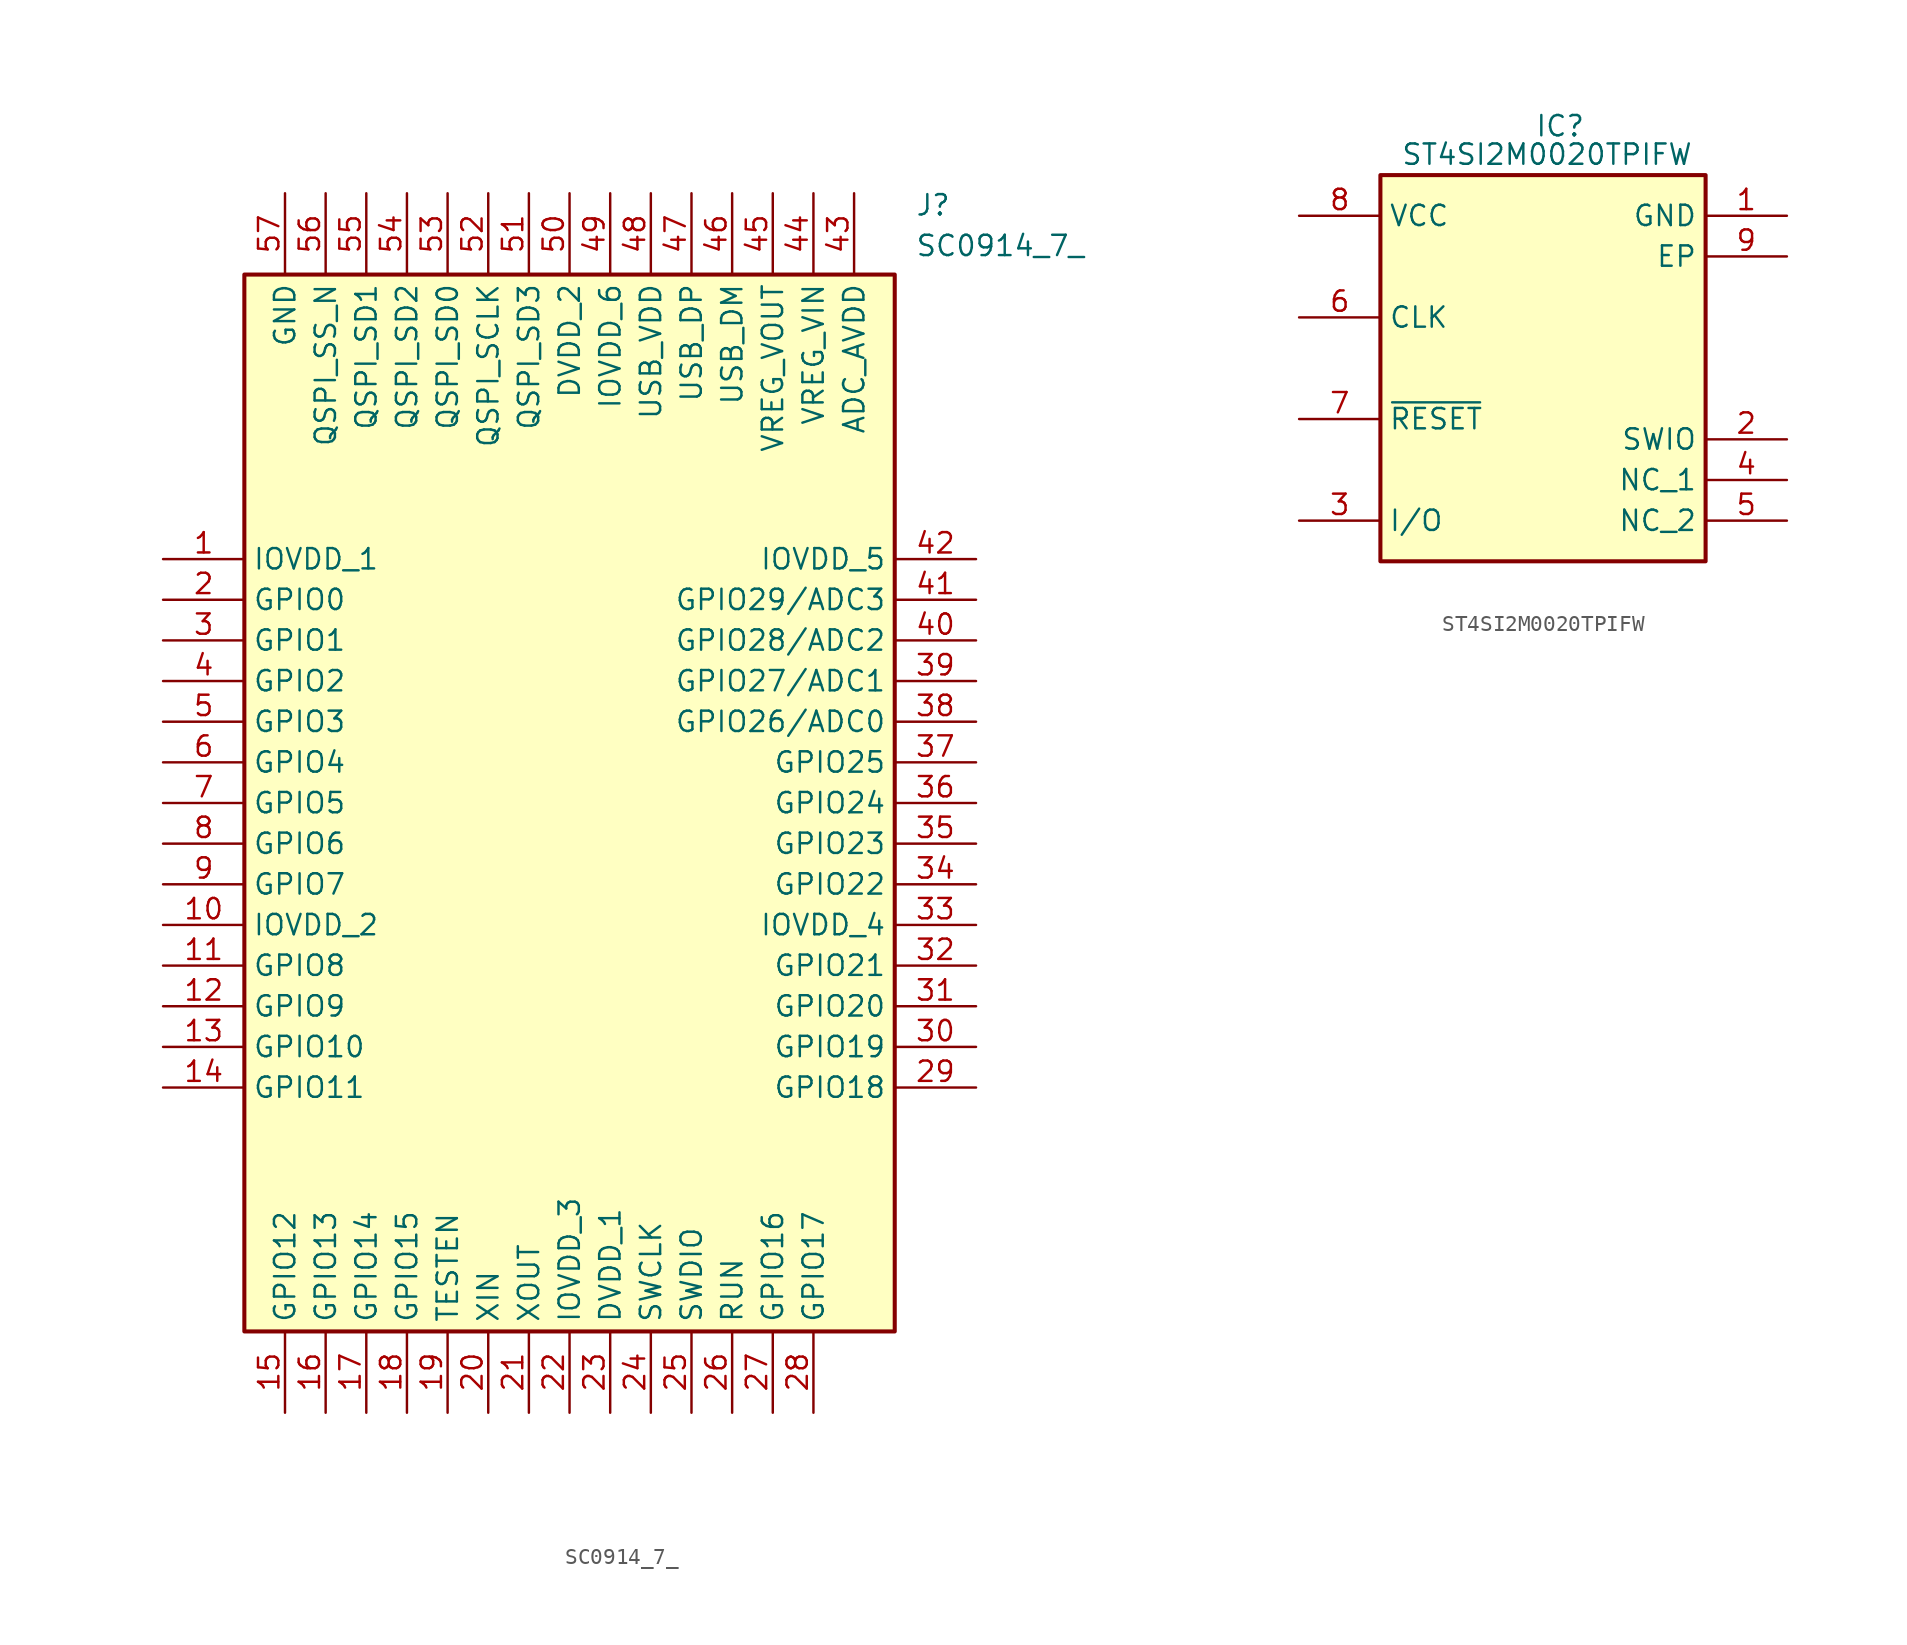
<source format=kicad_sym>
(kicad_symbol_lib
  (version 20241209)
  (generator "kicad_symbol_editor")
  (generator_version "9.0")
  (symbol "SC0914_7_"
    (property "Reference" "J"
      (at 46.99 22.86 0)
      (effects (font (size 1.27 1.27)) (justify left top)))
    (property "Value" "SC0914_7_"
      (at 46.99 20.32 0)
      (effects (font (size 1.27 1.27)) (justify left top)))
    (symbol "SC0914_7__1_1"
      (rectangle (start 5.08 17.78) (end 45.72 -48.26) (stroke (width 0.254) (type default)) (fill (type background)))
      (pin passive line (at 0 0 0) (length 5.08) (name "IOVDD_1" (effects (font (size 1.27 1.27)))) (number "1" (effects (font (size 1.27 1.27)))))
      (pin passive line (at 0 -2.54 0) (length 5.08) (name "GPIO0" (effects (font (size 1.27 1.27)))) (number "2" (effects (font (size 1.27 1.27)))))
      (pin passive line (at 0 -5.08 0) (length 5.08) (name "GPIO1" (effects (font (size 1.27 1.27)))) (number "3" (effects (font (size 1.27 1.27)))))
      (pin passive line (at 0 -7.62 0) (length 5.08) (name "GPIO2" (effects (font (size 1.27 1.27)))) (number "4" (effects (font (size 1.27 1.27)))))
      (pin passive line (at 0 -10.16 0) (length 5.08) (name "GPIO3" (effects (font (size 1.27 1.27)))) (number "5" (effects (font (size 1.27 1.27)))))
      (pin passive line (at 0 -12.7 0) (length 5.08) (name "GPIO4" (effects (font (size 1.27 1.27)))) (number "6" (effects (font (size 1.27 1.27)))))
      (pin passive line (at 0 -15.24 0) (length 5.08) (name "GPIO5" (effects (font (size 1.27 1.27)))) (number "7" (effects (font (size 1.27 1.27)))))
      (pin passive line (at 0 -17.78 0) (length 5.08) (name "GPIO6" (effects (font (size 1.27 1.27)))) (number "8" (effects (font (size 1.27 1.27)))))
      (pin passive line (at 0 -20.32 0) (length 5.08) (name "GPIO7" (effects (font (size 1.27 1.27)))) (number "9" (effects (font (size 1.27 1.27)))))
      (pin passive line (at 0 -22.86 0) (length 5.08) (name "IOVDD_2" (effects (font (size 1.27 1.27)))) (number "10" (effects (font (size 1.27 1.27)))))
      (pin passive line (at 0 -25.4 0) (length 5.08) (name "GPIO8" (effects (font (size 1.27 1.27)))) (number "11" (effects (font (size 1.27 1.27)))))
      (pin passive line (at 0 -27.94 0) (length 5.08) (name "GPIO9" (effects (font (size 1.27 1.27)))) (number "12" (effects (font (size 1.27 1.27)))))
      (pin passive line (at 0 -30.48 0) (length 5.08) (name "GPIO10" (effects (font (size 1.27 1.27)))) (number "13" (effects (font (size 1.27 1.27)))))
      (pin passive line (at 0 -33.02 0) (length 5.08) (name "GPIO11" (effects (font (size 1.27 1.27)))) (number "14" (effects (font (size 1.27 1.27)))))
      (pin passive line (at 7.62 22.86 270) (length 5.08) (name "GND" (effects (font (size 1.27 1.27)))) (number "57" (effects (font (size 1.27 1.27)))))
      (pin passive line (at 7.62 -53.34 90) (length 5.08) (name "GPIO12" (effects (font (size 1.27 1.27)))) (number "15" (effects (font (size 1.27 1.27)))))
      (pin passive line (at 10.16 22.86 270) (length 5.08) (name "QSPI_SS_N" (effects (font (size 1.27 1.27)))) (number "56" (effects (font (size 1.27 1.27)))))
      (pin passive line (at 10.16 -53.34 90) (length 5.08) (name "GPIO13" (effects (font (size 1.27 1.27)))) (number "16" (effects (font (size 1.27 1.27)))))
      (pin passive line (at 12.7 22.86 270) (length 5.08) (name "QSPI_SD1" (effects (font (size 1.27 1.27)))) (number "55" (effects (font (size 1.27 1.27)))))
      (pin passive line (at 12.7 -53.34 90) (length 5.08) (name "GPIO14" (effects (font (size 1.27 1.27)))) (number "17" (effects (font (size 1.27 1.27)))))
      (pin passive line (at 15.24 22.86 270) (length 5.08) (name "QSPI_SD2" (effects (font (size 1.27 1.27)))) (number "54" (effects (font (size 1.27 1.27)))))
      (pin passive line (at 15.24 -53.34 90) (length 5.08) (name "GPIO15" (effects (font (size 1.27 1.27)))) (number "18" (effects (font (size 1.27 1.27)))))
      (pin passive line (at 17.78 22.86 270) (length 5.08) (name "QSPI_SD0" (effects (font (size 1.27 1.27)))) (number "53" (effects (font (size 1.27 1.27)))))
      (pin passive line (at 17.78 -53.34 90) (length 5.08) (name "TESTEN" (effects (font (size 1.27 1.27)))) (number "19" (effects (font (size 1.27 1.27)))))
      (pin passive line (at 20.32 22.86 270) (length 5.08) (name "QSPI_SCLK" (effects (font (size 1.27 1.27)))) (number "52" (effects (font (size 1.27 1.27)))))
      (pin passive line (at 20.32 -53.34 90) (length 5.08) (name "XIN" (effects (font (size 1.27 1.27)))) (number "20" (effects (font (size 1.27 1.27)))))
      (pin passive line (at 22.86 22.86 270) (length 5.08) (name "QSPI_SD3" (effects (font (size 1.27 1.27)))) (number "51" (effects (font (size 1.27 1.27)))))
      (pin passive line (at 22.86 -53.34 90) (length 5.08) (name "XOUT" (effects (font (size 1.27 1.27)))) (number "21" (effects (font (size 1.27 1.27)))))
      (pin passive line (at 25.4 22.86 270) (length 5.08) (name "DVDD_2" (effects (font (size 1.27 1.27)))) (number "50" (effects (font (size 1.27 1.27)))))
      (pin passive line (at 25.4 -53.34 90) (length 5.08) (name "IOVDD_3" (effects (font (size 1.27 1.27)))) (number "22" (effects (font (size 1.27 1.27)))))
      (pin passive line (at 27.94 22.86 270) (length 5.08) (name "IOVDD_6" (effects (font (size 1.27 1.27)))) (number "49" (effects (font (size 1.27 1.27)))))
      (pin passive line (at 27.94 -53.34 90) (length 5.08) (name "DVDD_1" (effects (font (size 1.27 1.27)))) (number "23" (effects (font (size 1.27 1.27)))))
      (pin passive line (at 30.48 22.86 270) (length 5.08) (name "USB_VDD" (effects (font (size 1.27 1.27)))) (number "48" (effects (font (size 1.27 1.27)))))
      (pin passive line (at 30.48 -53.34 90) (length 5.08) (name "SWCLK" (effects (font (size 1.27 1.27)))) (number "24" (effects (font (size 1.27 1.27)))))
      (pin passive line (at 33.02 22.86 270) (length 5.08) (name "USB_DP" (effects (font (size 1.27 1.27)))) (number "47" (effects (font (size 1.27 1.27)))))
      (pin passive line (at 33.02 -53.34 90) (length 5.08) (name "SWDIO" (effects (font (size 1.27 1.27)))) (number "25" (effects (font (size 1.27 1.27)))))
      (pin passive line (at 35.56 22.86 270) (length 5.08) (name "USB_DM" (effects (font (size 1.27 1.27)))) (number "46" (effects (font (size 1.27 1.27)))))
      (pin passive line (at 35.56 -53.34 90) (length 5.08) (name "RUN" (effects (font (size 1.27 1.27)))) (number "26" (effects (font (size 1.27 1.27)))))
      (pin passive line (at 38.1 22.86 270) (length 5.08) (name "VREG_VOUT" (effects (font (size 1.27 1.27)))) (number "45" (effects (font (size 1.27 1.27)))))
      (pin passive line (at 38.1 -53.34 90) (length 5.08) (name "GPIO16" (effects (font (size 1.27 1.27)))) (number "27" (effects (font (size 1.27 1.27)))))
      (pin passive line (at 40.64 22.86 270) (length 5.08) (name "VREG_VIN" (effects (font (size 1.27 1.27)))) (number "44" (effects (font (size 1.27 1.27)))))
      (pin passive line (at 40.64 -53.34 90) (length 5.08) (name "GPIO17" (effects (font (size 1.27 1.27)))) (number "28" (effects (font (size 1.27 1.27)))))
      (pin passive line (at 43.18 22.86 270) (length 5.08) (name "ADC_AVDD" (effects (font (size 1.27 1.27)))) (number "43" (effects (font (size 1.27 1.27)))))
      (pin passive line (at 50.8 0 180) (length 5.08) (name "IOVDD_5" (effects (font (size 1.27 1.27)))) (number "42" (effects (font (size 1.27 1.27)))))
      (pin passive line (at 50.8 -2.54 180) (length 5.08) (name "GPIO29/ADC3" (effects (font (size 1.27 1.27)))) (number "41" (effects (font (size 1.27 1.27)))))
      (pin passive line (at 50.8 -5.08 180) (length 5.08) (name "GPIO28/ADC2" (effects (font (size 1.27 1.27)))) (number "40" (effects (font (size 1.27 1.27)))))
      (pin passive line (at 50.8 -7.62 180) (length 5.08) (name "GPIO27/ADC1" (effects (font (size 1.27 1.27)))) (number "39" (effects (font (size 1.27 1.27)))))
      (pin passive line (at 50.8 -10.16 180) (length 5.08) (name "GPIO26/ADC0" (effects (font (size 1.27 1.27)))) (number "38" (effects (font (size 1.27 1.27)))))
      (pin passive line (at 50.8 -12.7 180) (length 5.08) (name "GPIO25" (effects (font (size 1.27 1.27)))) (number "37" (effects (font (size 1.27 1.27)))))
      (pin passive line (at 50.8 -15.24 180) (length 5.08) (name "GPIO24" (effects (font (size 1.27 1.27)))) (number "36" (effects (font (size 1.27 1.27)))))
      (pin passive line (at 50.8 -17.78 180) (length 5.08) (name "GPIO23" (effects (font (size 1.27 1.27)))) (number "35" (effects (font (size 1.27 1.27)))))
      (pin passive line (at 50.8 -20.32 180) (length 5.08) (name "GPIO22" (effects (font (size 1.27 1.27)))) (number "34" (effects (font (size 1.27 1.27)))))
      (pin passive line (at 50.8 -22.86 180) (length 5.08) (name "IOVDD_4" (effects (font (size 1.27 1.27)))) (number "33" (effects (font (size 1.27 1.27)))))
      (pin passive line (at 50.8 -25.4 180) (length 5.08) (name "GPIO21" (effects (font (size 1.27 1.27)))) (number "32" (effects (font (size 1.27 1.27)))))
      (pin passive line (at 50.8 -27.94 180) (length 5.08) (name "GPIO20" (effects (font (size 1.27 1.27)))) (number "31" (effects (font (size 1.27 1.27)))))
      (pin passive line (at 50.8 -30.48 180) (length 5.08) (name "GPIO19" (effects (font (size 1.27 1.27)))) (number "30" (effects (font (size 1.27 1.27)))))
      (pin passive line (at 50.8 -33.02 180) (length 5.08) (name "GPIO18" (effects (font (size 1.27 1.27)))) (number "29" (effects (font (size 1.27 1.27)))))))
  (symbol "ST4SI2M0020TPIFW"
    (property "Reference" "IC"
      (at 14.732 7.62 0)
      (effects (font (size 1.27 1.27)) (justify left top)))
    (property "Value" "ST4SI2M0020TPIFW"
      (at 6.35 5.842 0)
      (effects (font (size 1.27 1.27)) (justify left top)))
    (symbol "ST4SI2M0020TPIFW_1_1"
      (rectangle (start 5.08 3.81) (end 25.4 -20.32) (stroke (width 0.254) (type default)) (fill (type background)))
      (pin passive line (at 0 1.27 0) (length 5.08) (name "VCC" (effects (font (size 1.27 1.27)))) (number "8" (effects (font (size 1.27 1.27)))))
      (pin passive line (at 0 -5.08 0) (length 5.08) (name "CLK" (effects (font (size 1.27 1.27)))) (number "6" (effects (font (size 1.27 1.27)))))
      (pin passive line (at 0 -11.43 0) (length 5.08) (name "~{RESET}" (effects (font (size 1.27 1.27)))) (number "7" (effects (font (size 1.27 1.27)))))
      (pin passive line (at 0 -17.78 0) (length 5.08) (name "I/O" (effects (font (size 1.27 1.27)))) (number "3" (effects (font (size 1.27 1.27)))))
      (pin passive line (at 30.48 1.27 180) (length 5.08) (name "GND" (effects (font (size 1.27 1.27)))) (number "1" (effects (font (size 1.27 1.27)))))
      (pin passive line (at 30.48 -1.27 180) (length 5.08) (name "EP" (effects (font (size 1.27 1.27)))) (number "9" (effects (font (size 1.27 1.27)))))
      (pin passive line (at 30.48 -12.7 180) (length 5.08) (name "SWIO" (effects (font (size 1.27 1.27)))) (number "2" (effects (font (size 1.27 1.27)))))
      (pin passive line (at 30.48 -15.24 180) (length 5.08) (name "NC_1" (effects (font (size 1.27 1.27)))) (number "4" (effects (font (size 1.27 1.27)))))
      (pin passive line (at 30.48 -17.78 180) (length 5.08) (name "NC_2" (effects (font (size 1.27 1.27)))) (number "5" (effects (font (size 1.27 1.27))))))))
</source>
